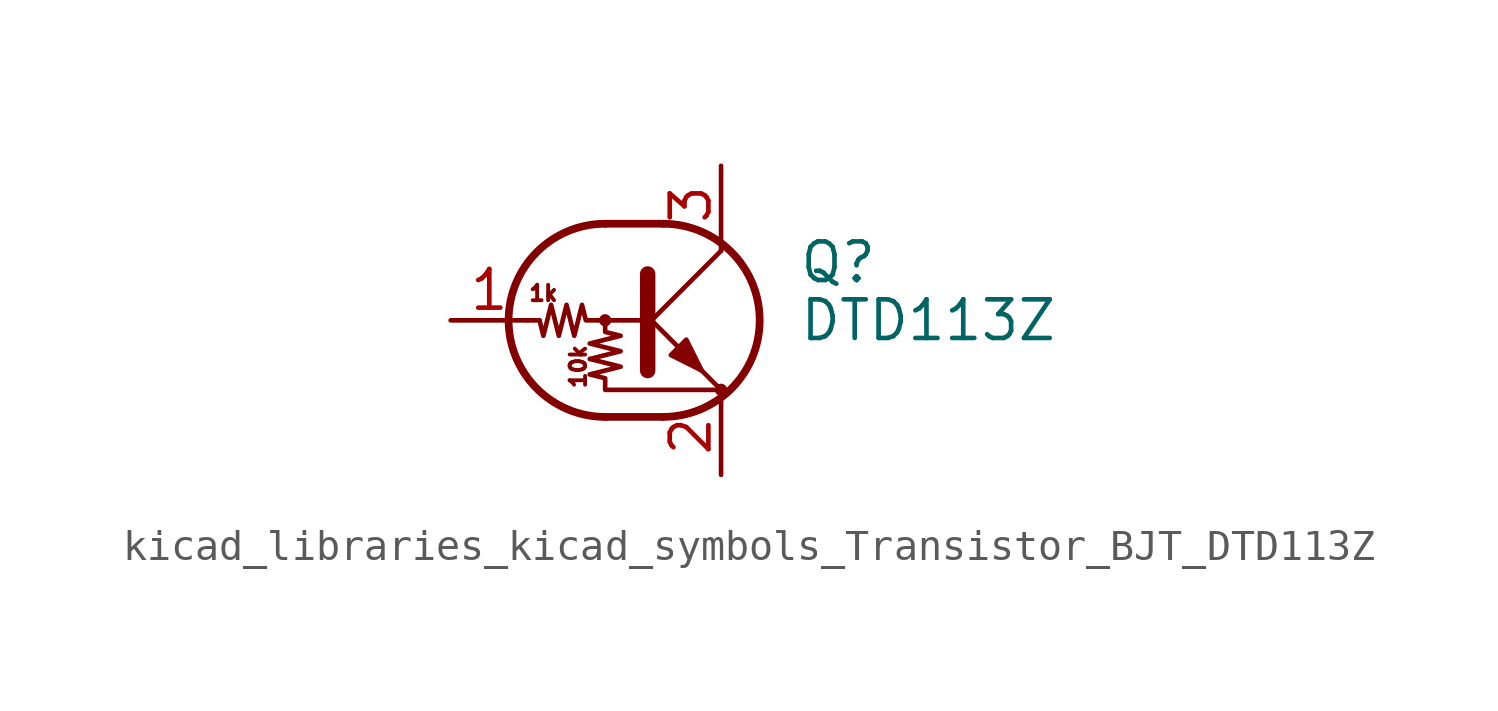
<source format=kicad_sym>
(kicad_symbol_lib
  (version 20220914)
  (generator kicad_symbol_editor)
  (symbol "kicad_libraries_kicad_symbols_Transistor_BJT_DTD113Z"
    (pin_names
      (offset 0) hide)
    (property "Reference" "Q"
      (at 5.08 1.905 0)
      (effects (font (size 1.27 1.27)) (justify left)))
    (property "Value" "DTD113Z"
      (at 5.08 0 0)
      (effects (font (size 1.27 1.27)) (justify left)))
    (symbol "kicad_libraries_kicad_symbols_Transistor_BJT_DTD113Z_0_0"
      (text "10k" (at -2.159 -1.524 900) (effects (font (size 0.508 0.508))))
      (text "1k" (at -3.302 0.889 0) (effects (font (size 0.508 0.508)))))
    (symbol "kicad_libraries_kicad_symbols_Transistor_BJT_DTD113Z_0_1"
      (circle (center -1.27 0) (radius 0.127) (stroke (width 0) (type default)) (fill (type none)))
      (arc (start -1.27 3.175) (mid -4.4312 0) (end -1.27 -3.175) (stroke (width 0.254) (type default)) (fill (type none)))
      (polyline (pts (xy -3.429 0) (xy -3.81 0)) (stroke (width 0) (type default)) (fill (type none)))
      (polyline (pts (xy -1.27 -3.175) (xy 0.635 -3.175)) (stroke (width 0.254) (type default)) (fill (type none)))
      (polyline (pts (xy -1.27 3.175) (xy 0.635 3.175)) (stroke (width 0.254) (type default)) (fill (type none)))
      (polyline (pts (xy 0 -0.254) (xy 2.54 2.286)) (stroke (width 0) (type default)) (fill (type none)))
      (polyline (pts (xy 0.127 1.524) (xy 0.127 -1.651)) (stroke (width 0.508) (type default)) (fill (type outline)))
      (polyline (pts (xy 2.54 2.286) (xy 2.54 2.54)) (stroke (width 0) (type default)) (fill (type none)))
      (polyline (pts (xy 2.54 -2.286) (xy 0 0.254) (xy 0 0.254)) (stroke (width 0) (type default)) (fill (type none)))
      (polyline (pts (xy 0.889 -1.143) (xy 1.397 -0.635) (xy 1.905 -1.651) (xy 0.889 -1.143)) (stroke (width 0) (type default)) (fill (type outline)))
      (polyline (pts (xy 0 0) (xy -1.905 0) (xy -2.032 0.508) (xy -2.286 -0.508) (xy -2.54 0.508) (xy -2.794 -0.508) (xy -3.048 0.508) (xy -3.302 -0.508) (xy -3.429 0)) (stroke (width 0) (type default)) (fill (type none)))
      (polyline (pts (xy -1.27 0) (xy -1.27 -0.381) (xy -0.762 -0.508) (xy -1.778 -0.762) (xy -0.762 -1.016) (xy -1.778 -1.27) (xy -0.762 -1.524) (xy -1.778 -1.778) (xy -1.27 -1.905) (xy -1.27 -2.286) (xy 2.54 -2.286)) (stroke (width 0) (type default)) (fill (type none)))
      (arc (start 0.635 -3.175) (mid 3.7962 0) (end 0.635 3.175) (stroke (width 0.254) (type default)) (fill (type none)))
      (circle (center 2.54 -2.286) (radius 0.127) (stroke (width 0) (type default)) (fill (type none))))
    (symbol "kicad_libraries_kicad_symbols_Transistor_BJT_DTD113Z_1_1"
      (pin input line (at -6.35 0 0) (length 2.54) (name "B" (effects (font (size 1.27 1.27)))) (number "1" (effects (font (size 1.27 1.27)))))
      (pin passive line (at 2.54 -5.08 90) (length 2.54) (name "E" (effects (font (size 1.27 1.27)))) (number "2" (effects (font (size 1.27 1.27)))))
      (pin passive line (at 2.54 5.08 270) (length 2.54) (name "C" (effects (font (size 1.27 1.27)))) (number "3" (effects (font (size 1.27 1.27))))))))
</source>
